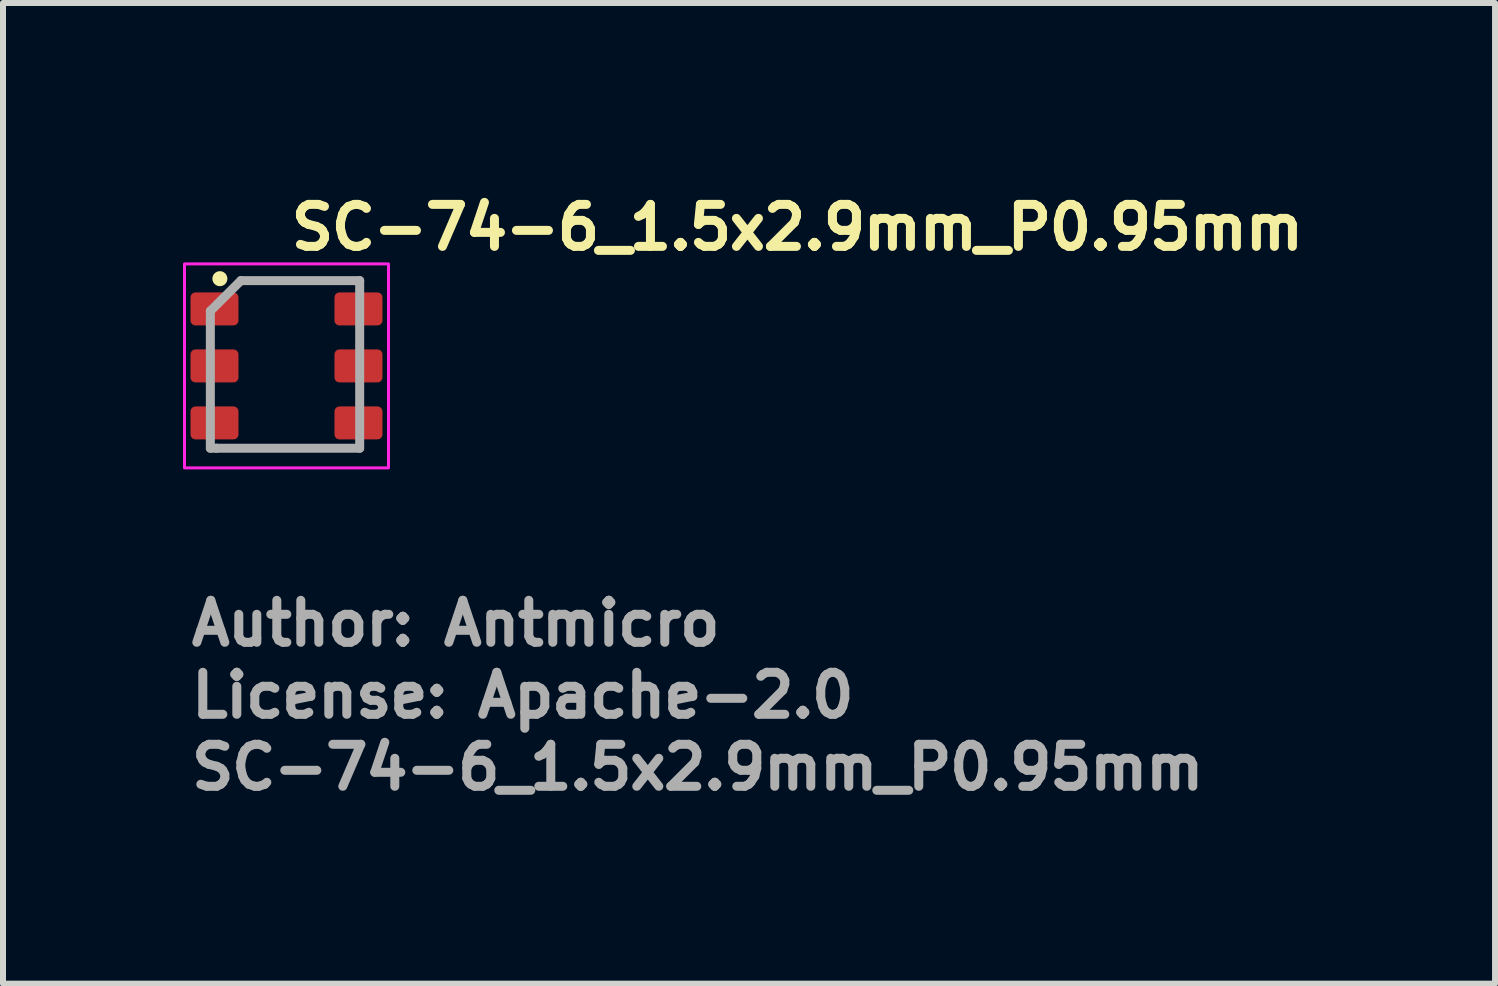
<source format=kicad_pcb>
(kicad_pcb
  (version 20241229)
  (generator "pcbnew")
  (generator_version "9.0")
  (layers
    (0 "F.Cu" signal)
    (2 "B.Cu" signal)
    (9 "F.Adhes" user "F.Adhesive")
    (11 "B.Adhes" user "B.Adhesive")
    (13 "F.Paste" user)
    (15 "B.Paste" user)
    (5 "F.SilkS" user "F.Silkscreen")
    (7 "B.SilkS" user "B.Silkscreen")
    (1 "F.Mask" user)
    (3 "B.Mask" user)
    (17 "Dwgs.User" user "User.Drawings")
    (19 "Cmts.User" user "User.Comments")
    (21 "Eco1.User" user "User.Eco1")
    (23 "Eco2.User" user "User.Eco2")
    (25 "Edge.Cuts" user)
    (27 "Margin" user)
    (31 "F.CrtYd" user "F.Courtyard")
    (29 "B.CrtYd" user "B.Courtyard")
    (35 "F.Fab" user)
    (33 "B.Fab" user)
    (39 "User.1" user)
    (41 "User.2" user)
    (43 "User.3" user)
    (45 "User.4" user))
  (footprint "SC-74-6_1.5x2.9mm_P0.95mm"
    (layer "F.Cu")
    (at 1.725 3.049)
    (property "Reference" "SC-74-6_1.5x2.9mm_P0.95mm" (at 0.001 -1.899 0) (layer "F.SilkS") (effects (font (size 0.7 0.7) (thickness 0.15)) (justify left bottom)))
    (attr smd)
    (fp_circle (center -1.11 -1.454) (end -1.06 -1.454) (stroke (width 0.15) (type solid)) (fill yes) (layer "F.SilkS"))
    (fp_rect (start -1.7 -1.7) (end 1.7 1.7) (stroke (width 0.05) (type solid)) (fill no) (layer "F.CrtYd"))
    (fp_line (start -1.269 -0.915) (end -1.269 1.372) (stroke (width 0.15) (type solid)) (layer "F.Fab"))
    (fp_line (start -1.269 1.372) (end -1.167 1.372) (stroke (width 0.15) (type solid)) (layer "F.Fab"))
    (fp_line (start -1.167 1.372) (end 1.22 1.372) (stroke (width 0.15) (type solid)) (layer "F.Fab"))
    (fp_line (start -0.76 -1.422) (end -1.269 -0.915) (stroke (width 0.15) (type solid)) (layer "F.Fab"))
    (fp_line (start 1.22 -1.422) (end -0.76 -1.422) (stroke (width 0.15) (type solid)) (layer "F.Fab"))
    (fp_line (start 1.22 1.372) (end 1.22 -1.422) (stroke (width 0.15) (type solid)) (layer "F.Fab"))
    (fp_rect (start -1.213 -1.397) (end 1.212 1.395) (stroke (width 0.1) (type solid)) (fill no) (layer "User.5"))
    (fp_line (start -1.213 -0.724) (end -1.213 -1.182) (stroke (width 0.02) (type solid)) (layer "User.9"))
    (fp_line (start -1.213 0.228) (end -1.213 -0.232) (stroke (width 0.02) (type solid)) (layer "User.9"))
    (fp_line (start -1.213 1.181) (end -1.213 0.72) (stroke (width 0.02) (type solid)) (layer "User.9"))
    (fp_line (start -1.009 -1.182) (end -1.213 -1.182) (stroke (width 0.02) (type solid)) (layer "User.9"))
    (fp_line (start -1.009 -0.724) (end -1.213 -0.724) (stroke (width 0.02) (type solid)) (layer "User.9"))
    (fp_line (start -1.009 -0.232) (end -1.213 -0.232) (stroke (width 0.02) (type solid)) (layer "User.9"))
    (fp_line (start -1.009 0.228) (end -1.213 0.228) (stroke (width 0.02) (type solid)) (layer "User.9"))
    (fp_line (start -1.009 0.72) (end -1.213 0.72) (stroke (width 0.02) (type solid)) (layer "User.9"))
    (fp_line (start -1.009 1.181) (end -1.213 1.181) (stroke (width 0.02) (type solid)) (layer "User.9"))
    (fp_line (start -0.934 -1.182) (end -1.009 -1.182) (stroke (width 0.02) (type solid)) (layer "User.9"))
    (fp_line (start -0.934 -0.724) (end -1.009 -0.724) (stroke (width 0.02) (type solid)) (layer "User.9"))
    (fp_line (start -0.934 -0.724) (end -0.934 -1.182) (stroke (width 0.02) (type solid)) (layer "User.9"))
    (fp_line (start -0.934 -0.232) (end -1.009 -0.232) (stroke (width 0.02) (type solid)) (layer "User.9"))
    (fp_line (start -0.934 0.228) (end -1.009 0.228) (stroke (width 0.02) (type solid)) (layer "User.9"))
    (fp_line (start -0.934 0.228) (end -0.934 -0.232) (stroke (width 0.02) (type solid)) (layer "User.9"))
    (fp_line (start -0.934 0.72) (end -1.009 0.72) (stroke (width 0.02) (type solid)) (layer "User.9"))
    (fp_line (start -0.934 1.181) (end -1.009 1.181) (stroke (width 0.02) (type solid)) (layer "User.9"))
    (fp_line (start -0.934 1.181) (end -0.934 0.72) (stroke (width 0.02) (type solid)) (layer "User.9"))
    (fp_line (start -0.655 -1.182) (end -0.934 -1.182) (stroke (width 0.02) (type solid)) (layer "User.9"))
    (fp_line (start -0.655 -0.724) (end -0.934 -0.724) (stroke (width 0.02) (type solid)) (layer "User.9"))
    (fp_line (start -0.655 -0.232) (end -0.934 -0.232) (stroke (width 0.02) (type solid)) (layer "User.9"))
    (fp_line (start -0.655 0.228) (end -0.934 0.228) (stroke (width 0.02) (type solid)) (layer "User.9"))
    (fp_line (start -0.655 0.72) (end -0.934 0.72) (stroke (width 0.02) (type solid)) (layer "User.9"))
    (fp_line (start -0.655 1.181) (end -0.934 1.181) (stroke (width 0.02) (type solid)) (layer "User.9"))
    (fp_line (start -0.642 -1.397) (end -0.457 -1.214) (stroke (width 0.02) (type solid)) (layer "User.9"))
    (fp_line (start -0.642 -1.397) (end 0.628 -1.397) (stroke (width 0.02) (type solid)) (layer "User.9"))
    (fp_line (start -0.642 -1.182) (end -0.642 -1.397) (stroke (width 0.02) (type solid)) (layer "User.9"))
    (fp_line (start -0.642 -0.232) (end -0.642 -0.724) (stroke (width 0.02) (type solid)) (layer "User.9"))
    (fp_line (start -0.642 0.72) (end -0.642 0.228) (stroke (width 0.02) (type solid)) (layer "User.9"))
    (fp_line (start -0.642 1.395) (end -0.642 1.181) (stroke (width 0.02) (type solid)) (layer "User.9"))
    (fp_line (start -0.642 1.395) (end -0.457 1.211) (stroke (width 0.02) (type solid)) (layer "User.9"))
    (fp_line (start -0.63 -1.182) (end -0.655 -1.182) (stroke (width 0.02) (type solid)) (layer "User.9"))
    (fp_line (start -0.63 -1.182) (end -0.63 -0.724) (stroke (width 0.02) (type solid)) (layer "User.9"))
    (fp_line (start -0.63 -0.724) (end -0.655 -0.724) (stroke (width 0.02) (type solid)) (layer "User.9"))
    (fp_line (start -0.63 -0.232) (end -0.655 -0.232) (stroke (width 0.02) (type solid)) (layer "User.9"))
    (fp_line (start -0.63 -0.232) (end -0.63 0.228) (stroke (width 0.02) (type solid)) (layer "User.9"))
    (fp_line (start -0.63 0.228) (end -0.655 0.228) (stroke (width 0.02) (type solid)) (layer "User.9"))
    (fp_line (start -0.63 0.72) (end -0.655 0.72) (stroke (width 0.02) (type solid)) (layer "User.9"))
    (fp_line (start -0.63 0.72) (end -0.63 1.181) (stroke (width 0.02) (type solid)) (layer "User.9"))
    (fp_line (start -0.63 1.181) (end -0.655 1.181) (stroke (width 0.02) (type solid)) (layer "User.9"))
    (fp_line (start -0.457 -1.214) (end -0.457 1.211) (stroke (width 0.02) (type solid)) (layer "User.9"))
    (fp_line (start -0.457 1.211) (end 0.443 1.211) (stroke (width 0.02) (type solid)) (layer "User.9"))
    (fp_line (start 0.443 -1.214) (end -0.457 -1.214) (stroke (width 0.02) (type solid)) (layer "User.9"))
    (fp_line (start 0.443 -1.214) (end 0.628 -1.397) (stroke (width 0.02) (type solid)) (layer "User.9"))
    (fp_line (start 0.443 1.211) (end 0.443 -1.214) (stroke (width 0.02) (type solid)) (layer "User.9"))
    (fp_line (start 0.443 1.211) (end 0.628 1.395) (stroke (width 0.02) (type solid)) (layer "User.9"))
    (fp_line (start 0.619 -1.182) (end 0.657 -1.182) (stroke (width 0.02) (type solid)) (layer "User.9"))
    (fp_line (start 0.619 -0.724) (end 0.619 -1.182) (stroke (width 0.02) (type solid)) (layer "User.9"))
    (fp_line (start 0.619 -0.724) (end 0.657 -0.724) (stroke (width 0.02) (type solid)) (layer "User.9"))
    (fp_line (start 0.619 -0.232) (end 0.657 -0.232) (stroke (width 0.02) (type solid)) (layer "User.9"))
    (fp_line (start 0.619 0.228) (end 0.619 -0.232) (stroke (width 0.02) (type solid)) (layer "User.9"))
    (fp_line (start 0.619 0.228) (end 0.657 0.228) (stroke (width 0.02) (type solid)) (layer "User.9"))
    (fp_line (start 0.619 0.72) (end 0.657 0.72) (stroke (width 0.02) (type solid)) (layer "User.9"))
    (fp_line (start 0.619 1.181) (end 0.619 0.72) (stroke (width 0.02) (type solid)) (layer "User.9"))
    (fp_line (start 0.619 1.181) (end 0.657 1.181) (stroke (width 0.02) (type solid)) (layer "User.9"))
    (fp_line (start 0.628 -1.397) (end 0.628 -1.182) (stroke (width 0.02) (type solid)) (layer "User.9"))
    (fp_line (start 0.628 -0.724) (end 0.628 -0.232) (stroke (width 0.02) (type solid)) (layer "User.9"))
    (fp_line (start 0.628 0.228) (end 0.628 0.72) (stroke (width 0.02) (type solid)) (layer "User.9"))
    (fp_line (start 0.628 1.181) (end 0.628 1.395) (stroke (width 0.02) (type solid)) (layer "User.9"))
    (fp_line (start 0.628 1.395) (end -0.642 1.395) (stroke (width 0.02) (type solid)) (layer "User.9"))
    (fp_line (start 0.657 -1.182) (end 0.936 -1.182) (stroke (width 0.02) (type solid)) (layer "User.9"))
    (fp_line (start 0.657 -0.724) (end 0.936 -0.724) (stroke (width 0.02) (type solid)) (layer "User.9"))
    (fp_line (start 0.657 -0.232) (end 0.936 -0.232) (stroke (width 0.02) (type solid)) (layer "User.9"))
    (fp_line (start 0.657 0.228) (end 0.936 0.228) (stroke (width 0.02) (type solid)) (layer "User.9"))
    (fp_line (start 0.657 0.72) (end 0.936 0.72) (stroke (width 0.02) (type solid)) (layer "User.9"))
    (fp_line (start 0.657 1.181) (end 0.936 1.181) (stroke (width 0.02) (type solid)) (layer "User.9"))
    (fp_line (start 0.936 -1.182) (end 0.936 -0.724) (stroke (width 0.02) (type solid)) (layer "User.9"))
    (fp_line (start 0.936 -1.182) (end 1.009 -1.182) (stroke (width 0.02) (type solid)) (layer "User.9"))
    (fp_line (start 0.936 -0.724) (end 1.009 -0.724) (stroke (width 0.02) (type solid)) (layer "User.9"))
    (fp_line (start 0.936 -0.232) (end 0.936 0.228) (stroke (width 0.02) (type solid)) (layer "User.9"))
    (fp_line (start 0.936 -0.232) (end 1.009 -0.232) (stroke (width 0.02) (type solid)) (layer "User.9"))
    (fp_line (start 0.936 0.228) (end 1.009 0.228) (stroke (width 0.02) (type solid)) (layer "User.9"))
    (fp_line (start 0.936 0.72) (end 0.936 1.181) (stroke (width 0.02) (type solid)) (layer "User.9"))
    (fp_line (start 0.936 0.72) (end 0.936 1.181) (stroke (width 0.02) (type solid)) (layer "User.9"))
    (fp_line (start 0.936 0.72) (end 1.009 0.72) (stroke (width 0.02) (type solid)) (layer "User.9"))
    (fp_line (start 0.936 1.181) (end 1.009 1.181) (stroke (width 0.02) (type solid)) (layer "User.9"))
    (fp_line (start 1.009 -1.182) (end 1.212 -1.182) (stroke (width 0.02) (type solid)) (layer "User.9"))
    (fp_line (start 1.009 -0.724) (end 1.212 -0.724) (stroke (width 0.02) (type solid)) (layer "User.9"))
    (fp_line (start 1.009 -0.232) (end 1.212 -0.232) (stroke (width 0.02) (type solid)) (layer "User.9"))
    (fp_line (start 1.009 0.228) (end 1.212 0.228) (stroke (width 0.02) (type solid)) (layer "User.9"))
    (fp_line (start 1.009 0.72) (end 1.212 0.72) (stroke (width 0.02) (type solid)) (layer "User.9"))
    (fp_line (start 1.009 1.181) (end 1.212 1.181) (stroke (width 0.02) (type solid)) (layer "User.9"))
    (fp_line (start 1.212 -1.182) (end 1.212 -0.724) (stroke (width 0.02) (type solid)) (layer "User.9"))
    (fp_line (start 1.212 -0.232) (end 1.212 0.228) (stroke (width 0.02) (type solid)) (layer "User.9"))
    (fp_line (start 1.212 0.72) (end 1.212 1.181) (stroke (width 0.02) (type solid)) (layer "User.9"))
    (fp_text user "License: Apache-2.0" (at -1.66 5.9 0) (layer "F.Fab") (effects (font (size 0.7 0.7) (thickness 0.15)) (justify left bottom)))
    (fp_text user "${REFERENCE}" (at -1.66 7.1 0) (layer "F.Fab") (effects (font (size 0.7 0.7) (thickness 0.15)) (justify left bottom)))
    (fp_text user "Author: Antmicro" (at -1.66 4.7 0) (layer "F.Fab") (effects (font (size 0.7 0.7) (thickness 0.15)) (justify left bottom)))
    (pad "1" smd roundrect (at -1.2 -0.95) (size 0.8 0.55) (layers "F.Cu" "F.Mask" "F.Paste") (roundrect_rratio 0.15))
    (pad "2" smd roundrect (at -1.2 0) (size 0.8 0.55) (layers "F.Cu" "F.Mask" "F.Paste") (roundrect_rratio 0.15))
    (pad "3" smd roundrect (at -1.2 0.95) (size 0.8 0.55) (layers "F.Cu" "F.Mask" "F.Paste") (roundrect_rratio 0.15))
    (pad "4" smd roundrect (at 1.2 0.95) (size 0.8 0.55) (layers "F.Cu" "F.Mask" "F.Paste") (roundrect_rratio 0.15))
    (pad "5" smd roundrect (at 1.2 0) (size 0.8 0.55) (layers "F.Cu" "F.Mask" "F.Paste") (roundrect_rratio 0.15))
    (pad "6" smd roundrect (at 1.2 -0.95) (size 0.8 0.55) (layers "F.Cu" "F.Mask" "F.Paste") (roundrect_rratio 0.15)))
  (gr_rect
    (start -3 -3)
    (end 21.869 13.345)
    (stroke (width 0.1) (type default))
    (fill no)
    (layer "Edge.Cuts")))
</source>
